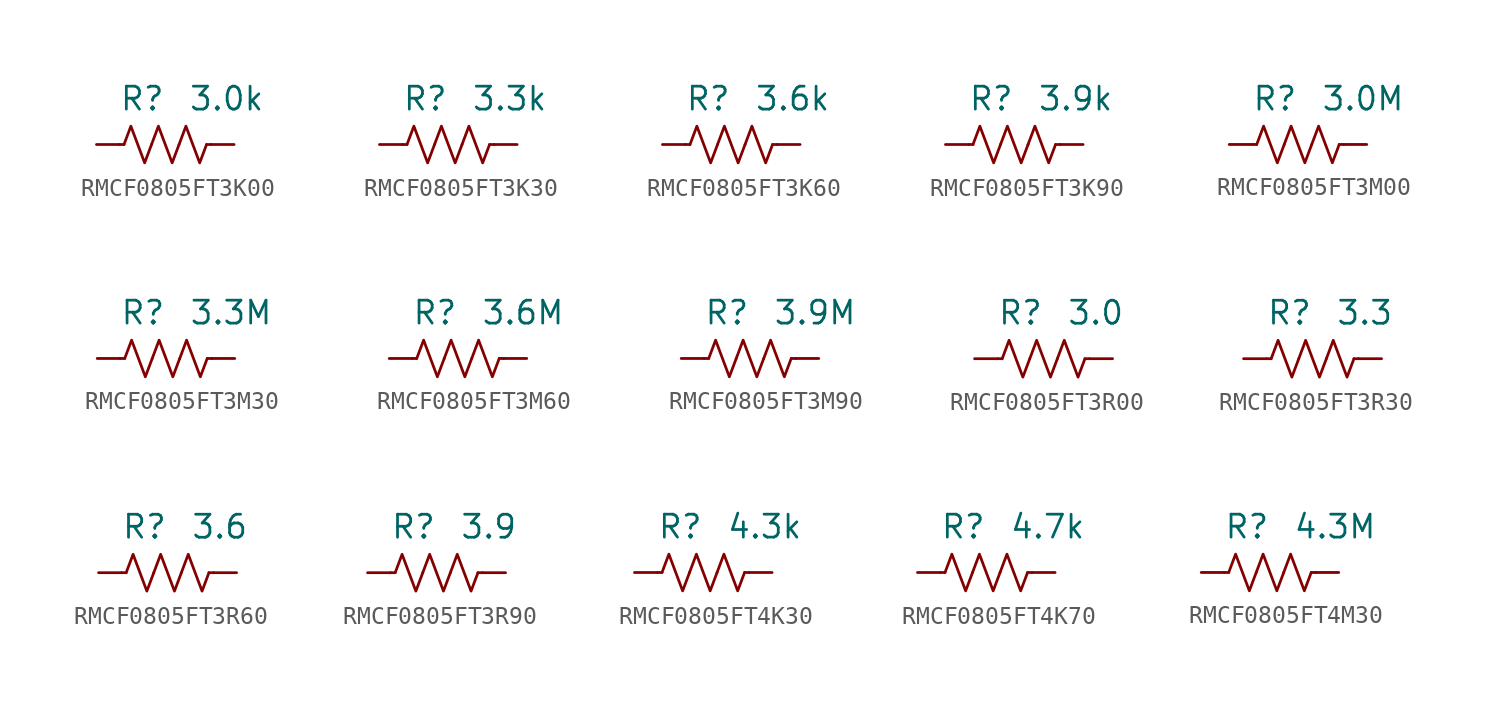
<source format=kicad_sym>
(kicad_symbol_lib
  (version 20241209)
  (generator "kicad_symbol_editor")
  (generator_version "9.0")
  (symbol "RMCF0805FT3K00"
    (pin_numbers
      (hide yes))
    (property "Reference" "R"
      (at 0 2.54 0)
      (effects (font (size 1.27 1.27)) (justify right)))
    (property "Value" "3.0k"
      (at 1.27 2.54 0)
      (effects (font (size 1.27 1.27)) (justify left)))
    (symbol "RMCF0805FT3K00_0_1"
      (polyline (pts (xy -2.286 0) (xy -2.54 0)) (stroke (width 0) (type default)) (fill (type none)))
      (polyline (pts (xy -2.286 0) (xy -1.905 1.016) (xy -1.524 0) (xy -1.143 -1.016) (xy -0.762 0)) (stroke (width 0) (type default)) (fill (type none)))
      (polyline (pts (xy -0.762 0) (xy -0.381 1.016) (xy 0 0) (xy 0.381 -1.016) (xy 0.762 0)) (stroke (width 0) (type default)) (fill (type none)))
      (polyline (pts (xy 0.762 0) (xy 1.143 1.016) (xy 1.524 0) (xy 1.905 -1.016) (xy 2.286 0)) (stroke (width 0) (type default)) (fill (type none)))
      (polyline (pts (xy 2.286 0) (xy 2.54 0)) (stroke (width 0) (type default)) (fill (type none))))
    (symbol "RMCF0805FT3K00_1_1"
      (pin passive line (at -3.81 0 0) (length 1.27) (name "~" (effects (font (size 1.27 1.27)))) (number "1" (effects (font (size 1.27 1.27)))))
      (pin passive line (at 3.81 0 180) (length 1.27) (name "~" (effects (font (size 1.27 1.27)))) (number "2" (effects (font (size 1.27 1.27)))))))
  (symbol "RMCF0805FT3K30"
    (pin_numbers
      (hide yes))
    (property "Reference" "R"
      (at 0 2.54 0)
      (effects (font (size 1.27 1.27)) (justify right)))
    (property "Value" "3.3k"
      (at 1.27 2.54 0)
      (effects (font (size 1.27 1.27)) (justify left)))
    (symbol "RMCF0805FT3K30_0_1"
      (polyline (pts (xy -2.286 0) (xy -2.54 0)) (stroke (width 0) (type default)) (fill (type none)))
      (polyline (pts (xy -2.286 0) (xy -1.905 1.016) (xy -1.524 0) (xy -1.143 -1.016) (xy -0.762 0)) (stroke (width 0) (type default)) (fill (type none)))
      (polyline (pts (xy -0.762 0) (xy -0.381 1.016) (xy 0 0) (xy 0.381 -1.016) (xy 0.762 0)) (stroke (width 0) (type default)) (fill (type none)))
      (polyline (pts (xy 0.762 0) (xy 1.143 1.016) (xy 1.524 0) (xy 1.905 -1.016) (xy 2.286 0)) (stroke (width 0) (type default)) (fill (type none)))
      (polyline (pts (xy 2.286 0) (xy 2.54 0)) (stroke (width 0) (type default)) (fill (type none))))
    (symbol "RMCF0805FT3K30_1_1"
      (pin passive line (at -3.81 0 0) (length 1.27) (name "~" (effects (font (size 1.27 1.27)))) (number "1" (effects (font (size 1.27 1.27)))))
      (pin passive line (at 3.81 0 180) (length 1.27) (name "~" (effects (font (size 1.27 1.27)))) (number "2" (effects (font (size 1.27 1.27)))))))
  (symbol "RMCF0805FT3K60"
    (pin_numbers
      (hide yes))
    (property "Reference" "R"
      (at 0 2.54 0)
      (effects (font (size 1.27 1.27)) (justify right)))
    (property "Value" "3.6k"
      (at 1.27 2.54 0)
      (effects (font (size 1.27 1.27)) (justify left)))
    (symbol "RMCF0805FT3K60_0_1"
      (polyline (pts (xy -2.286 0) (xy -2.54 0)) (stroke (width 0) (type default)) (fill (type none)))
      (polyline (pts (xy -2.286 0) (xy -1.905 1.016) (xy -1.524 0) (xy -1.143 -1.016) (xy -0.762 0)) (stroke (width 0) (type default)) (fill (type none)))
      (polyline (pts (xy -0.762 0) (xy -0.381 1.016) (xy 0 0) (xy 0.381 -1.016) (xy 0.762 0)) (stroke (width 0) (type default)) (fill (type none)))
      (polyline (pts (xy 0.762 0) (xy 1.143 1.016) (xy 1.524 0) (xy 1.905 -1.016) (xy 2.286 0)) (stroke (width 0) (type default)) (fill (type none)))
      (polyline (pts (xy 2.286 0) (xy 2.54 0)) (stroke (width 0) (type default)) (fill (type none))))
    (symbol "RMCF0805FT3K60_1_1"
      (pin passive line (at -3.81 0 0) (length 1.27) (name "~" (effects (font (size 1.27 1.27)))) (number "1" (effects (font (size 1.27 1.27)))))
      (pin passive line (at 3.81 0 180) (length 1.27) (name "~" (effects (font (size 1.27 1.27)))) (number "2" (effects (font (size 1.27 1.27)))))))
  (symbol "RMCF0805FT3K90"
    (pin_numbers
      (hide yes))
    (property "Reference" "R"
      (at 0 2.54 0)
      (effects (font (size 1.27 1.27)) (justify right)))
    (property "Value" "3.9k"
      (at 1.27 2.54 0)
      (effects (font (size 1.27 1.27)) (justify left)))
    (symbol "RMCF0805FT3K90_0_1"
      (polyline (pts (xy -2.286 0) (xy -2.54 0)) (stroke (width 0) (type default)) (fill (type none)))
      (polyline (pts (xy -2.286 0) (xy -1.905 1.016) (xy -1.524 0) (xy -1.143 -1.016) (xy -0.762 0)) (stroke (width 0) (type default)) (fill (type none)))
      (polyline (pts (xy -0.762 0) (xy -0.381 1.016) (xy 0 0) (xy 0.381 -1.016) (xy 0.762 0)) (stroke (width 0) (type default)) (fill (type none)))
      (polyline (pts (xy 0.762 0) (xy 1.143 1.016) (xy 1.524 0) (xy 1.905 -1.016) (xy 2.286 0)) (stroke (width 0) (type default)) (fill (type none)))
      (polyline (pts (xy 2.286 0) (xy 2.54 0)) (stroke (width 0) (type default)) (fill (type none))))
    (symbol "RMCF0805FT3K90_1_1"
      (pin passive line (at -3.81 0 0) (length 1.27) (name "~" (effects (font (size 1.27 1.27)))) (number "1" (effects (font (size 1.27 1.27)))))
      (pin passive line (at 3.81 0 180) (length 1.27) (name "~" (effects (font (size 1.27 1.27)))) (number "2" (effects (font (size 1.27 1.27)))))))
  (symbol "RMCF0805FT3M00"
    (pin_numbers
      (hide yes))
    (property "Reference" "R"
      (at 0 2.54 0)
      (effects (font (size 1.27 1.27)) (justify right)))
    (property "Value" "3.0M"
      (at 1.27 2.54 0)
      (effects (font (size 1.27 1.27)) (justify left)))
    (symbol "RMCF0805FT3M00_0_1"
      (polyline (pts (xy -2.286 0) (xy -2.54 0)) (stroke (width 0) (type default)) (fill (type none)))
      (polyline (pts (xy -2.286 0) (xy -1.905 1.016) (xy -1.524 0) (xy -1.143 -1.016) (xy -0.762 0)) (stroke (width 0) (type default)) (fill (type none)))
      (polyline (pts (xy -0.762 0) (xy -0.381 1.016) (xy 0 0) (xy 0.381 -1.016) (xy 0.762 0)) (stroke (width 0) (type default)) (fill (type none)))
      (polyline (pts (xy 0.762 0) (xy 1.143 1.016) (xy 1.524 0) (xy 1.905 -1.016) (xy 2.286 0)) (stroke (width 0) (type default)) (fill (type none)))
      (polyline (pts (xy 2.286 0) (xy 2.54 0)) (stroke (width 0) (type default)) (fill (type none))))
    (symbol "RMCF0805FT3M00_1_1"
      (pin passive line (at -3.81 0 0) (length 1.27) (name "~" (effects (font (size 1.27 1.27)))) (number "1" (effects (font (size 1.27 1.27)))))
      (pin passive line (at 3.81 0 180) (length 1.27) (name "~" (effects (font (size 1.27 1.27)))) (number "2" (effects (font (size 1.27 1.27)))))))
  (symbol "RMCF0805FT3M30"
    (pin_numbers
      (hide yes))
    (property "Reference" "R"
      (at 0 2.54 0)
      (effects (font (size 1.27 1.27)) (justify right)))
    (property "Value" "3.3M"
      (at 1.27 2.54 0)
      (effects (font (size 1.27 1.27)) (justify left)))
    (symbol "RMCF0805FT3M30_0_1"
      (polyline (pts (xy -2.286 0) (xy -2.54 0)) (stroke (width 0) (type default)) (fill (type none)))
      (polyline (pts (xy -2.286 0) (xy -1.905 1.016) (xy -1.524 0) (xy -1.143 -1.016) (xy -0.762 0)) (stroke (width 0) (type default)) (fill (type none)))
      (polyline (pts (xy -0.762 0) (xy -0.381 1.016) (xy 0 0) (xy 0.381 -1.016) (xy 0.762 0)) (stroke (width 0) (type default)) (fill (type none)))
      (polyline (pts (xy 0.762 0) (xy 1.143 1.016) (xy 1.524 0) (xy 1.905 -1.016) (xy 2.286 0)) (stroke (width 0) (type default)) (fill (type none)))
      (polyline (pts (xy 2.286 0) (xy 2.54 0)) (stroke (width 0) (type default)) (fill (type none))))
    (symbol "RMCF0805FT3M30_1_1"
      (pin passive line (at -3.81 0 0) (length 1.27) (name "~" (effects (font (size 1.27 1.27)))) (number "1" (effects (font (size 1.27 1.27)))))
      (pin passive line (at 3.81 0 180) (length 1.27) (name "~" (effects (font (size 1.27 1.27)))) (number "2" (effects (font (size 1.27 1.27)))))))
  (symbol "RMCF0805FT3M60"
    (pin_numbers
      (hide yes))
    (property "Reference" "R"
      (at 0 2.54 0)
      (effects (font (size 1.27 1.27)) (justify right)))
    (property "Value" "3.6M"
      (at 1.27 2.54 0)
      (effects (font (size 1.27 1.27)) (justify left)))
    (symbol "RMCF0805FT3M60_0_1"
      (polyline (pts (xy -2.286 0) (xy -2.54 0)) (stroke (width 0) (type default)) (fill (type none)))
      (polyline (pts (xy -2.286 0) (xy -1.905 1.016) (xy -1.524 0) (xy -1.143 -1.016) (xy -0.762 0)) (stroke (width 0) (type default)) (fill (type none)))
      (polyline (pts (xy -0.762 0) (xy -0.381 1.016) (xy 0 0) (xy 0.381 -1.016) (xy 0.762 0)) (stroke (width 0) (type default)) (fill (type none)))
      (polyline (pts (xy 0.762 0) (xy 1.143 1.016) (xy 1.524 0) (xy 1.905 -1.016) (xy 2.286 0)) (stroke (width 0) (type default)) (fill (type none)))
      (polyline (pts (xy 2.286 0) (xy 2.54 0)) (stroke (width 0) (type default)) (fill (type none))))
    (symbol "RMCF0805FT3M60_1_1"
      (pin passive line (at -3.81 0 0) (length 1.27) (name "~" (effects (font (size 1.27 1.27)))) (number "1" (effects (font (size 1.27 1.27)))))
      (pin passive line (at 3.81 0 180) (length 1.27) (name "~" (effects (font (size 1.27 1.27)))) (number "2" (effects (font (size 1.27 1.27)))))))
  (symbol "RMCF0805FT3M90"
    (pin_numbers
      (hide yes))
    (property "Reference" "R"
      (at 0 2.54 0)
      (effects (font (size 1.27 1.27)) (justify right)))
    (property "Value" "3.9M"
      (at 1.27 2.54 0)
      (effects (font (size 1.27 1.27)) (justify left)))
    (symbol "RMCF0805FT3M90_0_1"
      (polyline (pts (xy -2.286 0) (xy -2.54 0)) (stroke (width 0) (type default)) (fill (type none)))
      (polyline (pts (xy -2.286 0) (xy -1.905 1.016) (xy -1.524 0) (xy -1.143 -1.016) (xy -0.762 0)) (stroke (width 0) (type default)) (fill (type none)))
      (polyline (pts (xy -0.762 0) (xy -0.381 1.016) (xy 0 0) (xy 0.381 -1.016) (xy 0.762 0)) (stroke (width 0) (type default)) (fill (type none)))
      (polyline (pts (xy 0.762 0) (xy 1.143 1.016) (xy 1.524 0) (xy 1.905 -1.016) (xy 2.286 0)) (stroke (width 0) (type default)) (fill (type none)))
      (polyline (pts (xy 2.286 0) (xy 2.54 0)) (stroke (width 0) (type default)) (fill (type none))))
    (symbol "RMCF0805FT3M90_1_1"
      (pin passive line (at -3.81 0 0) (length 1.27) (name "~" (effects (font (size 1.27 1.27)))) (number "1" (effects (font (size 1.27 1.27)))))
      (pin passive line (at 3.81 0 180) (length 1.27) (name "~" (effects (font (size 1.27 1.27)))) (number "2" (effects (font (size 1.27 1.27)))))))
  (symbol "RMCF0805FT3R00"
    (pin_numbers
      (hide yes))
    (property "Reference" "R"
      (at 0 2.54 0)
      (effects (font (size 1.27 1.27)) (justify right)))
    (property "Value" "3.0"
      (at 1.27 2.54 0)
      (effects (font (size 1.27 1.27)) (justify left)))
    (symbol "RMCF0805FT3R00_0_1"
      (polyline (pts (xy -2.286 0) (xy -2.54 0)) (stroke (width 0) (type default)) (fill (type none)))
      (polyline (pts (xy -2.286 0) (xy -1.905 1.016) (xy -1.524 0) (xy -1.143 -1.016) (xy -0.762 0)) (stroke (width 0) (type default)) (fill (type none)))
      (polyline (pts (xy -0.762 0) (xy -0.381 1.016) (xy 0 0) (xy 0.381 -1.016) (xy 0.762 0)) (stroke (width 0) (type default)) (fill (type none)))
      (polyline (pts (xy 0.762 0) (xy 1.143 1.016) (xy 1.524 0) (xy 1.905 -1.016) (xy 2.286 0)) (stroke (width 0) (type default)) (fill (type none)))
      (polyline (pts (xy 2.286 0) (xy 2.54 0)) (stroke (width 0) (type default)) (fill (type none))))
    (symbol "RMCF0805FT3R00_1_1"
      (pin passive line (at -3.81 0 0) (length 1.27) (name "~" (effects (font (size 1.27 1.27)))) (number "1" (effects (font (size 1.27 1.27)))))
      (pin passive line (at 3.81 0 180) (length 1.27) (name "~" (effects (font (size 1.27 1.27)))) (number "2" (effects (font (size 1.27 1.27)))))))
  (symbol "RMCF0805FT3R30"
    (pin_numbers
      (hide yes))
    (property "Reference" "R"
      (at 0 2.54 0)
      (effects (font (size 1.27 1.27)) (justify right)))
    (property "Value" "3.3"
      (at 1.27 2.54 0)
      (effects (font (size 1.27 1.27)) (justify left)))
    (symbol "RMCF0805FT3R30_0_1"
      (polyline (pts (xy -2.286 0) (xy -2.54 0)) (stroke (width 0) (type default)) (fill (type none)))
      (polyline (pts (xy -2.286 0) (xy -1.905 1.016) (xy -1.524 0) (xy -1.143 -1.016) (xy -0.762 0)) (stroke (width 0) (type default)) (fill (type none)))
      (polyline (pts (xy -0.762 0) (xy -0.381 1.016) (xy 0 0) (xy 0.381 -1.016) (xy 0.762 0)) (stroke (width 0) (type default)) (fill (type none)))
      (polyline (pts (xy 0.762 0) (xy 1.143 1.016) (xy 1.524 0) (xy 1.905 -1.016) (xy 2.286 0)) (stroke (width 0) (type default)) (fill (type none)))
      (polyline (pts (xy 2.286 0) (xy 2.54 0)) (stroke (width 0) (type default)) (fill (type none))))
    (symbol "RMCF0805FT3R30_1_1"
      (pin passive line (at -3.81 0 0) (length 1.27) (name "~" (effects (font (size 1.27 1.27)))) (number "1" (effects (font (size 1.27 1.27)))))
      (pin passive line (at 3.81 0 180) (length 1.27) (name "~" (effects (font (size 1.27 1.27)))) (number "2" (effects (font (size 1.27 1.27)))))))
  (symbol "RMCF0805FT3R60"
    (pin_numbers
      (hide yes))
    (property "Reference" "R"
      (at 0 2.54 0)
      (effects (font (size 1.27 1.27)) (justify right)))
    (property "Value" "3.6"
      (at 1.27 2.54 0)
      (effects (font (size 1.27 1.27)) (justify left)))
    (symbol "RMCF0805FT3R60_0_1"
      (polyline (pts (xy -2.286 0) (xy -2.54 0)) (stroke (width 0) (type default)) (fill (type none)))
      (polyline (pts (xy -2.286 0) (xy -1.905 1.016) (xy -1.524 0) (xy -1.143 -1.016) (xy -0.762 0)) (stroke (width 0) (type default)) (fill (type none)))
      (polyline (pts (xy -0.762 0) (xy -0.381 1.016) (xy 0 0) (xy 0.381 -1.016) (xy 0.762 0)) (stroke (width 0) (type default)) (fill (type none)))
      (polyline (pts (xy 0.762 0) (xy 1.143 1.016) (xy 1.524 0) (xy 1.905 -1.016) (xy 2.286 0)) (stroke (width 0) (type default)) (fill (type none)))
      (polyline (pts (xy 2.286 0) (xy 2.54 0)) (stroke (width 0) (type default)) (fill (type none))))
    (symbol "RMCF0805FT3R60_1_1"
      (pin passive line (at -3.81 0 0) (length 1.27) (name "~" (effects (font (size 1.27 1.27)))) (number "1" (effects (font (size 1.27 1.27)))))
      (pin passive line (at 3.81 0 180) (length 1.27) (name "~" (effects (font (size 1.27 1.27)))) (number "2" (effects (font (size 1.27 1.27)))))))
  (symbol "RMCF0805FT3R90"
    (pin_numbers
      (hide yes))
    (property "Reference" "R"
      (at 0 2.54 0)
      (effects (font (size 1.27 1.27)) (justify right)))
    (property "Value" "3.9"
      (at 1.27 2.54 0)
      (effects (font (size 1.27 1.27)) (justify left)))
    (symbol "RMCF0805FT3R90_0_1"
      (polyline (pts (xy -2.286 0) (xy -2.54 0)) (stroke (width 0) (type default)) (fill (type none)))
      (polyline (pts (xy -2.286 0) (xy -1.905 1.016) (xy -1.524 0) (xy -1.143 -1.016) (xy -0.762 0)) (stroke (width 0) (type default)) (fill (type none)))
      (polyline (pts (xy -0.762 0) (xy -0.381 1.016) (xy 0 0) (xy 0.381 -1.016) (xy 0.762 0)) (stroke (width 0) (type default)) (fill (type none)))
      (polyline (pts (xy 0.762 0) (xy 1.143 1.016) (xy 1.524 0) (xy 1.905 -1.016) (xy 2.286 0)) (stroke (width 0) (type default)) (fill (type none)))
      (polyline (pts (xy 2.286 0) (xy 2.54 0)) (stroke (width 0) (type default)) (fill (type none))))
    (symbol "RMCF0805FT3R90_1_1"
      (pin passive line (at -3.81 0 0) (length 1.27) (name "~" (effects (font (size 1.27 1.27)))) (number "1" (effects (font (size 1.27 1.27)))))
      (pin passive line (at 3.81 0 180) (length 1.27) (name "~" (effects (font (size 1.27 1.27)))) (number "2" (effects (font (size 1.27 1.27)))))))
  (symbol "RMCF0805FT4K30"
    (pin_numbers
      (hide yes))
    (property "Reference" "R"
      (at 0 2.54 0)
      (effects (font (size 1.27 1.27)) (justify right)))
    (property "Value" "4.3k"
      (at 1.27 2.54 0)
      (effects (font (size 1.27 1.27)) (justify left)))
    (symbol "RMCF0805FT4K30_0_1"
      (polyline (pts (xy -2.286 0) (xy -2.54 0)) (stroke (width 0) (type default)) (fill (type none)))
      (polyline (pts (xy -2.286 0) (xy -1.905 1.016) (xy -1.524 0) (xy -1.143 -1.016) (xy -0.762 0)) (stroke (width 0) (type default)) (fill (type none)))
      (polyline (pts (xy -0.762 0) (xy -0.381 1.016) (xy 0 0) (xy 0.381 -1.016) (xy 0.762 0)) (stroke (width 0) (type default)) (fill (type none)))
      (polyline (pts (xy 0.762 0) (xy 1.143 1.016) (xy 1.524 0) (xy 1.905 -1.016) (xy 2.286 0)) (stroke (width 0) (type default)) (fill (type none)))
      (polyline (pts (xy 2.286 0) (xy 2.54 0)) (stroke (width 0) (type default)) (fill (type none))))
    (symbol "RMCF0805FT4K30_1_1"
      (pin passive line (at -3.81 0 0) (length 1.27) (name "~" (effects (font (size 1.27 1.27)))) (number "1" (effects (font (size 1.27 1.27)))))
      (pin passive line (at 3.81 0 180) (length 1.27) (name "~" (effects (font (size 1.27 1.27)))) (number "2" (effects (font (size 1.27 1.27)))))))
  (symbol "RMCF0805FT4K70"
    (pin_numbers
      (hide yes))
    (property "Reference" "R"
      (at 0 2.54 0)
      (effects (font (size 1.27 1.27)) (justify right)))
    (property "Value" "4.7k"
      (at 1.27 2.54 0)
      (effects (font (size 1.27 1.27)) (justify left)))
    (symbol "RMCF0805FT4K70_0_1"
      (polyline (pts (xy -2.286 0) (xy -2.54 0)) (stroke (width 0) (type default)) (fill (type none)))
      (polyline (pts (xy -2.286 0) (xy -1.905 1.016) (xy -1.524 0) (xy -1.143 -1.016) (xy -0.762 0)) (stroke (width 0) (type default)) (fill (type none)))
      (polyline (pts (xy -0.762 0) (xy -0.381 1.016) (xy 0 0) (xy 0.381 -1.016) (xy 0.762 0)) (stroke (width 0) (type default)) (fill (type none)))
      (polyline (pts (xy 0.762 0) (xy 1.143 1.016) (xy 1.524 0) (xy 1.905 -1.016) (xy 2.286 0)) (stroke (width 0) (type default)) (fill (type none)))
      (polyline (pts (xy 2.286 0) (xy 2.54 0)) (stroke (width 0) (type default)) (fill (type none))))
    (symbol "RMCF0805FT4K70_1_1"
      (pin passive line (at -3.81 0 0) (length 1.27) (name "~" (effects (font (size 1.27 1.27)))) (number "1" (effects (font (size 1.27 1.27)))))
      (pin passive line (at 3.81 0 180) (length 1.27) (name "~" (effects (font (size 1.27 1.27)))) (number "2" (effects (font (size 1.27 1.27)))))))
  (symbol "RMCF0805FT4M30"
    (pin_numbers
      (hide yes))
    (property "Reference" "R"
      (at 0 2.54 0)
      (effects (font (size 1.27 1.27)) (justify right)))
    (property "Value" "4.3M"
      (at 1.27 2.54 0)
      (effects (font (size 1.27 1.27)) (justify left)))
    (symbol "RMCF0805FT4M30_0_1"
      (polyline (pts (xy -2.286 0) (xy -2.54 0)) (stroke (width 0) (type default)) (fill (type none)))
      (polyline (pts (xy -2.286 0) (xy -1.905 1.016) (xy -1.524 0) (xy -1.143 -1.016) (xy -0.762 0)) (stroke (width 0) (type default)) (fill (type none)))
      (polyline (pts (xy -0.762 0) (xy -0.381 1.016) (xy 0 0) (xy 0.381 -1.016) (xy 0.762 0)) (stroke (width 0) (type default)) (fill (type none)))
      (polyline (pts (xy 0.762 0) (xy 1.143 1.016) (xy 1.524 0) (xy 1.905 -1.016) (xy 2.286 0)) (stroke (width 0) (type default)) (fill (type none)))
      (polyline (pts (xy 2.286 0) (xy 2.54 0)) (stroke (width 0) (type default)) (fill (type none))))
    (symbol "RMCF0805FT4M30_1_1"
      (pin passive line (at -3.81 0 0) (length 1.27) (name "~" (effects (font (size 1.27 1.27)))) (number "1" (effects (font (size 1.27 1.27)))))
      (pin passive line (at 3.81 0 180) (length 1.27) (name "~" (effects (font (size 1.27 1.27)))) (number "2" (effects (font (size 1.27 1.27))))))))
</source>
